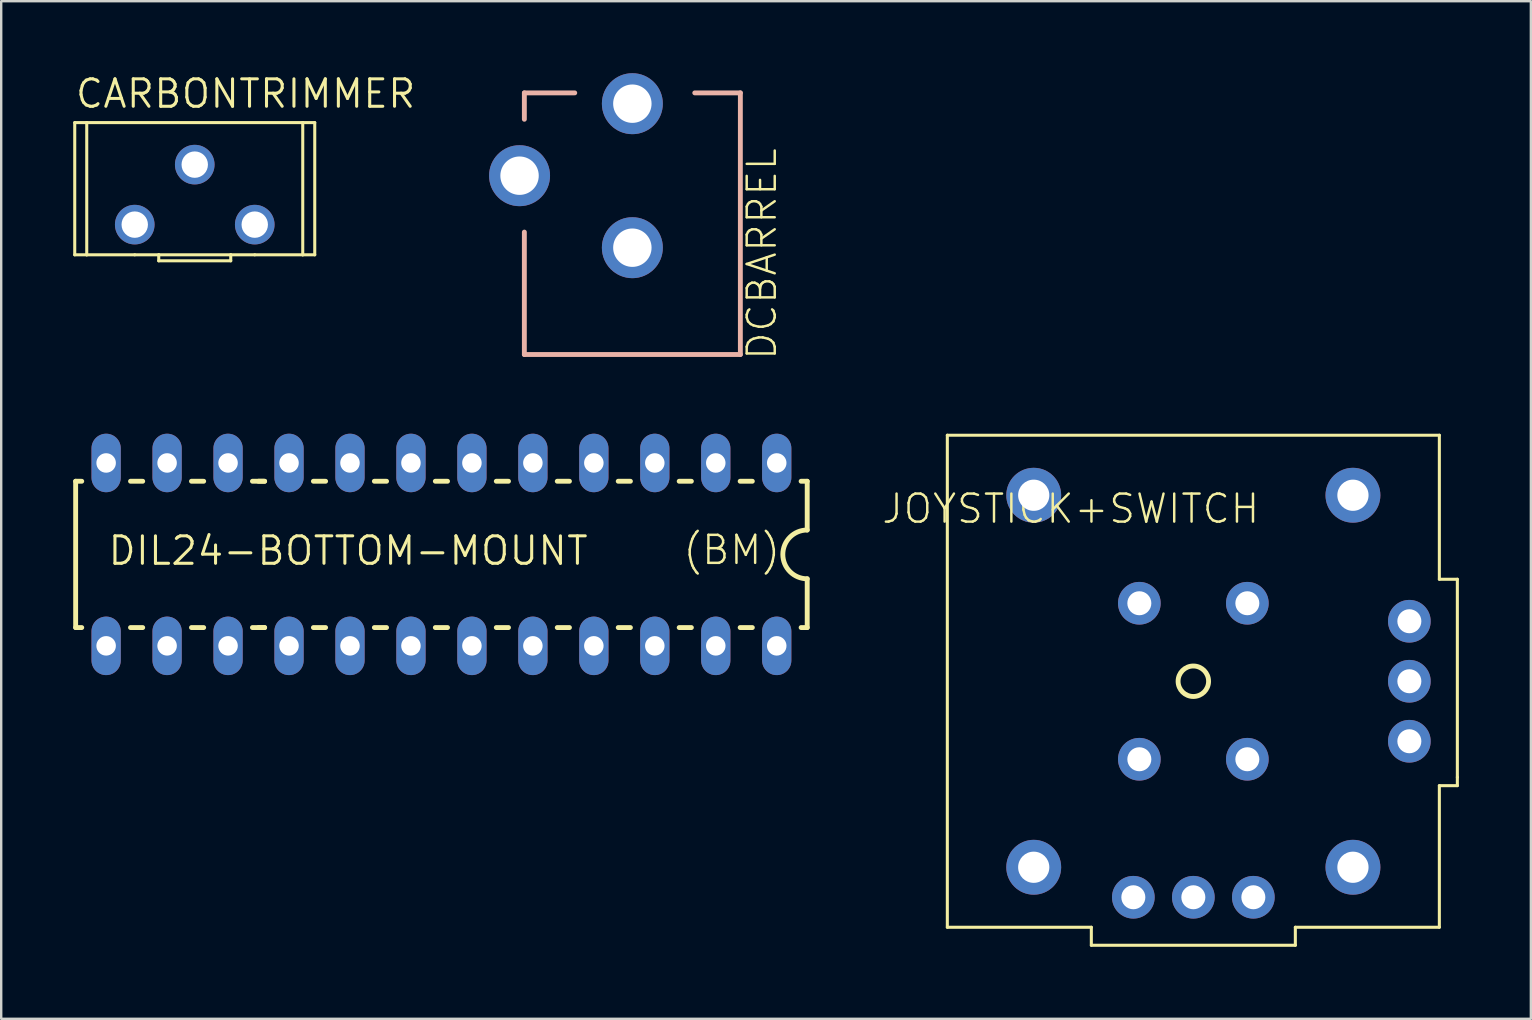
<source format=kicad_pcb>
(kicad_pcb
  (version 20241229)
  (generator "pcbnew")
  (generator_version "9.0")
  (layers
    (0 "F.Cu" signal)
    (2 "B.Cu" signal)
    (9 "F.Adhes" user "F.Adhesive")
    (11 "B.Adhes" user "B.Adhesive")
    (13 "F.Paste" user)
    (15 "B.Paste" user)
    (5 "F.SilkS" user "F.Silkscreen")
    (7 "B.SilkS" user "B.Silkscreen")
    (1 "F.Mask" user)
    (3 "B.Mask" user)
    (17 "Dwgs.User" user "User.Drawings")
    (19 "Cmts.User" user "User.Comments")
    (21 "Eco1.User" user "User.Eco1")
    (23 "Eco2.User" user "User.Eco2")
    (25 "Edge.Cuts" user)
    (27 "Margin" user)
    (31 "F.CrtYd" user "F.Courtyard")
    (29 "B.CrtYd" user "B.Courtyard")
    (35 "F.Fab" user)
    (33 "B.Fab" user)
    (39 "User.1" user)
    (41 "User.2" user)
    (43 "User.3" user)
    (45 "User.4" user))
  (footprint "DCBARREL"
    (layer "F.Cu")
    (at 23.297 4.36)
    (property "Reference" "DCBARREL" (at 6.08 7.66 90) (layer "F.SilkS") (effects (font (size 1.168 1.168) (thickness 0.102)) (justify left bottom)))
    (fp_line (start -4.5 -3.54) (end -4.5 -2.44) (stroke (width 0.203) (type solid)) (layer "B.SilkS"))
    (fp_line (start -4.5 -3.54) (end -2.4 -3.54) (stroke (width 0.203) (type solid)) (layer "B.SilkS"))
    (fp_line (start -4.5 7.36) (end -4.5 2.26) (stroke (width 0.203) (type solid)) (layer "B.SilkS"))
    (fp_line (start 4.5 -3.54) (end 2.6 -3.54) (stroke (width 0.203) (type solid)) (layer "B.SilkS"))
    (fp_line (start 4.5 7.36) (end -4.5 7.36) (stroke (width 0.203) (type solid)) (layer "B.SilkS"))
    (fp_line (start 4.5 7.36) (end 4.5 -3.54) (stroke (width 0.203) (type solid)) (layer "B.SilkS"))
    (pad "GND" thru_hole circle (at 0 2.91 180) (size 2.54 2.54) (drill 1.6) (layers "*.Cu" "*.Mask"))
    (pad "GNDBREAK" thru_hole circle (at -4.7 -0.09 90) (size 2.54 2.54) (drill 1.6) (layers "*.Cu" "*.Mask"))
    (pad "PWR" thru_hole circle (at 0 -3.09 180) (size 2.54 2.54) (drill 1.6) (layers "*.Cu" "*.Mask")))
  (footprint "DIL24-BOTTOM-MOUNT"
    (layer "F.Cu")
    (at 15.342 20.049)
    (property "Reference" "DIL24-BOTTOM-MOUNT" (at -13.958 0.516 0) (layer "F.SilkS") (effects (font (size 1.143 1.143) (thickness 0.127)) (justify left bottom)))
    (fp_line (start -15.24 -3.048) (end -14.986 -3.048) (stroke (width 0.203) (type solid)) (layer "F.SilkS"))
    (fp_line (start -15.24 3.048) (end -15.24 -3.048) (stroke (width 0.203) (type solid)) (layer "F.SilkS"))
    (fp_line (start -15.24 3.048) (end -14.986 3.048) (stroke (width 0.203) (type solid)) (layer "F.SilkS"))
    (fp_line (start -12.446 -3.048) (end -12.954 -3.048) (stroke (width 0.203) (type solid)) (layer "F.SilkS"))
    (fp_line (start -12.446 3.048) (end -12.954 3.048) (stroke (width 0.203) (type solid)) (layer "F.SilkS"))
    (fp_line (start -9.906 -3.048) (end -10.414 -3.048) (stroke (width 0.203) (type solid)) (layer "F.SilkS"))
    (fp_line (start -9.906 3.048) (end -10.414 3.048) (stroke (width 0.203) (type solid)) (layer "F.SilkS"))
    (fp_line (start -7.62 -3.048) (end -7.366 -3.048) (stroke (width 0.203) (type solid)) (layer "F.SilkS"))
    (fp_line (start -7.62 3.048) (end -7.366 3.048) (stroke (width 0.203) (type solid)) (layer "F.SilkS"))
    (fp_line (start -7.366 -3.048) (end -7.874 -3.048) (stroke (width 0.203) (type solid)) (layer "F.SilkS"))
    (fp_line (start -7.366 3.048) (end -7.874 3.048) (stroke (width 0.203) (type solid)) (layer "F.SilkS"))
    (fp_line (start -4.826 -3.048) (end -5.334 -3.048) (stroke (width 0.203) (type solid)) (layer "F.SilkS"))
    (fp_line (start -4.826 3.048) (end -5.334 3.048) (stroke (width 0.203) (type solid)) (layer "F.SilkS"))
    (fp_line (start -2.286 -3.048) (end -2.794 -3.048) (stroke (width 0.203) (type solid)) (layer "F.SilkS"))
    (fp_line (start -2.286 3.048) (end -2.794 3.048) (stroke (width 0.203) (type solid)) (layer "F.SilkS"))
    (fp_line (start 0.254 -3.048) (end -0.254 -3.048) (stroke (width 0.203) (type solid)) (layer "F.SilkS"))
    (fp_line (start 0.254 3.048) (end -0.254 3.048) (stroke (width 0.203) (type solid)) (layer "F.SilkS"))
    (fp_line (start 2.794 -3.048) (end 2.286 -3.048) (stroke (width 0.203) (type solid)) (layer "F.SilkS"))
    (fp_line (start 2.794 3.048) (end 2.286 3.048) (stroke (width 0.203) (type solid)) (layer "F.SilkS"))
    (fp_line (start 5.334 -3.048) (end 4.826 -3.048) (stroke (width 0.203) (type solid)) (layer "F.SilkS"))
    (fp_line (start 5.334 3.048) (end 4.826 3.048) (stroke (width 0.203) (type solid)) (layer "F.SilkS"))
    (fp_line (start 7.874 -3.048) (end 7.366 -3.048) (stroke (width 0.203) (type solid)) (layer "F.SilkS"))
    (fp_line (start 7.874 3.048) (end 7.366 3.048) (stroke (width 0.203) (type solid)) (layer "F.SilkS"))
    (fp_line (start 10.414 -3.048) (end 9.906 -3.048) (stroke (width 0.203) (type solid)) (layer "F.SilkS"))
    (fp_line (start 10.414 3.048) (end 9.906 3.048) (stroke (width 0.203) (type solid)) (layer "F.SilkS"))
    (fp_line (start 12.954 -3.048) (end 12.446 -3.048) (stroke (width 0.203) (type solid)) (layer "F.SilkS"))
    (fp_line (start 12.954 3.048) (end 12.446 3.048) (stroke (width 0.203) (type solid)) (layer "F.SilkS"))
    (fp_line (start 15.24 -3.048) (end 14.986 -3.048) (stroke (width 0.203) (type solid)) (layer "F.SilkS"))
    (fp_line (start 15.24 -3.048) (end 15.24 -1.016) (stroke (width 0.203) (type solid)) (layer "F.SilkS"))
    (fp_line (start 15.24 3.048) (end 14.986 3.048) (stroke (width 0.203) (type solid)) (layer "F.SilkS"))
    (fp_line (start 15.24 3.048) (end 15.24 1.016) (stroke (width 0.203) (type solid)) (layer "F.SilkS"))
    (fp_arc (start 15.24 1.016) (mid 14.224 0) (end 15.24 -1.016) (stroke (width 0.2032) (type solid)) (layer "F.SilkS"))
    (fp_text user "(BM)" (at 10 0.5 0) (layer "F.SilkS") (effects (font (size 1.168 1.168) (thickness 0.102)) (justify left bottom)))
    (pad "1BM" thru_hole oval (at 13.97 3.81 270) (size 2.438 1.219) (drill 0.813) (layers "*.Cu" "*.Mask"))
    (pad "2BM" thru_hole oval (at 11.43 3.81 270) (size 2.438 1.219) (drill 0.813) (layers "*.Cu" "*.Mask"))
    (pad "3BM" thru_hole oval (at 8.89 3.81 270) (size 2.438 1.219) (drill 0.813) (layers "*.Cu" "*.Mask"))
    (pad "4BM" thru_hole oval (at 6.35 3.81 270) (size 2.438 1.219) (drill 0.813) (layers "*.Cu" "*.Mask"))
    (pad "5BM" thru_hole oval (at 3.81 3.81 270) (size 2.438 1.219) (drill 0.813) (layers "*.Cu" "*.Mask"))
    (pad "6BM" thru_hole oval (at 1.27 3.81 270) (size 2.438 1.219) (drill 0.813) (layers "*.Cu" "*.Mask"))
    (pad "7BM" thru_hole oval (at -1.27 3.81 270) (size 2.438 1.219) (drill 0.813) (layers "*.Cu" "*.Mask"))
    (pad "8BM" thru_hole oval (at -3.81 3.81 270) (size 2.438 1.219) (drill 0.813) (layers "*.Cu" "*.Mask"))
    (pad "9BM" thru_hole oval (at -6.35 3.81 270) (size 2.438 1.219) (drill 0.813) (layers "*.Cu" "*.Mask"))
    (pad "10BM" thru_hole oval (at -8.89 3.81 270) (size 2.438 1.219) (drill 0.813) (layers "*.Cu" "*.Mask"))
    (pad "11BM" thru_hole oval (at -11.43 3.81 270) (size 2.438 1.219) (drill 0.813) (layers "*.Cu" "*.Mask"))
    (pad "12BM" thru_hole oval (at -13.97 3.81 270) (size 2.438 1.219) (drill 0.813) (layers "*.Cu" "*.Mask"))
    (pad "13BM" thru_hole oval (at -13.97 -3.81 270) (size 2.438 1.219) (drill 0.813) (layers "*.Cu" "*.Mask"))
    (pad "14BM" thru_hole oval (at -11.43 -3.81 270) (size 2.438 1.219) (drill 0.813) (layers "*.Cu" "*.Mask"))
    (pad "15BM" thru_hole oval (at -8.89 -3.81 270) (size 2.438 1.219) (drill 0.813) (layers "*.Cu" "*.Mask"))
    (pad "16BM" thru_hole oval (at -6.35 -3.81 270) (size 2.438 1.219) (drill 0.813) (layers "*.Cu" "*.Mask"))
    (pad "17BM" thru_hole oval (at -3.81 -3.81 270) (size 2.438 1.219) (drill 0.813) (layers "*.Cu" "*.Mask"))
    (pad "18BM" thru_hole oval (at -1.27 -3.81 270) (size 2.438 1.219) (drill 0.813) (layers "*.Cu" "*.Mask"))
    (pad "19BM" thru_hole oval (at 1.27 -3.81 270) (size 2.438 1.219) (drill 0.813) (layers "*.Cu" "*.Mask"))
    (pad "20BM" thru_hole oval (at 3.81 -3.81 270) (size 2.438 1.219) (drill 0.813) (layers "*.Cu" "*.Mask"))
    (pad "21BM" thru_hole oval (at 6.35 -3.81 270) (size 2.438 1.219) (drill 0.813) (layers "*.Cu" "*.Mask"))
    (pad "22BM" thru_hole oval (at 8.89 -3.81 270) (size 2.438 1.219) (drill 0.813) (layers "*.Cu" "*.Mask"))
    (pad "23BM" thru_hole oval (at 11.43 -3.81 270) (size 2.438 1.219) (drill 0.813) (layers "*.Cu" "*.Mask"))
    (pad "24BM" thru_hole oval (at 13.97 -3.81 270) (size 2.438 1.219) (drill 0.813) (layers "*.Cu" "*.Mask")))
  (footprint "CARBONTRIMMER"
    (layer "F.Cu")
    (at 5.064 5.059)
    (property "Reference" "CARBONTRIMMER" (at -5.04 -3.535 0) (layer "F.SilkS") (effects (font (size 1.143 1.143) (thickness 0.127)) (justify left bottom)))
    (fp_line (start -5 -3) (end -5 2.508) (stroke (width 0.127) (type solid)) (layer "F.SilkS"))
    (fp_line (start -5 2.508) (end -4.5 2.508) (stroke (width 0.127) (type solid)) (layer "F.SilkS"))
    (fp_line (start -4.5 -3) (end -5 -3) (stroke (width 0.127) (type solid)) (layer "F.SilkS"))
    (fp_line (start -4.5 -3) (end -4.5 2.508) (stroke (width 0.127) (type solid)) (layer "F.SilkS"))
    (fp_line (start -4.5 2.508) (end -2.5 2.508) (stroke (width 0.127) (type solid)) (layer "F.SilkS"))
    (fp_line (start -1.5 2.508) (end -2.5 2.508) (stroke (width 0.127) (type solid)) (layer "F.SilkS"))
    (fp_line (start -1.5 2.758) (end -1.5 2.508) (stroke (width 0.127) (type solid)) (layer "F.SilkS"))
    (fp_line (start -1.5 2.758) (end 1.5 2.758) (stroke (width 0.127) (type solid)) (layer "F.SilkS"))
    (fp_line (start 1.5 2.508) (end -1.5 2.508) (stroke (width 0.127) (type solid)) (layer "F.SilkS"))
    (fp_line (start 1.5 2.758) (end 1.5 2.508) (stroke (width 0.127) (type solid)) (layer "F.SilkS"))
    (fp_line (start 2.5 2.508) (end 1.5 2.508) (stroke (width 0.127) (type solid)) (layer "F.SilkS"))
    (fp_line (start 2.5 2.508) (end 4.5 2.508) (stroke (width 0.127) (type solid)) (layer "F.SilkS"))
    (fp_line (start 4.5 -3) (end -4.5 -3) (stroke (width 0.127) (type solid)) (layer "F.SilkS"))
    (fp_line (start 4.5 -3) (end 4.5 2.508) (stroke (width 0.127) (type solid)) (layer "F.SilkS"))
    (fp_line (start 4.5 2.508) (end 5 2.508) (stroke (width 0.127) (type solid)) (layer "F.SilkS"))
    (fp_line (start 5 -3) (end 4.5 -3) (stroke (width 0.127) (type solid)) (layer "F.SilkS"))
    (fp_line (start 5 2.508) (end 5 -3) (stroke (width 0.127) (type solid)) (layer "F.SilkS"))
    (pad "GND" thru_hole circle (at 2.5 1.25) (size 1.65 1.65) (drill 1.1) (layers "*.Cu" "*.Mask"))
    (pad "VIN" thru_hole circle (at -2.5 1.25) (size 1.65 1.65) (drill 1.1) (layers "*.Cu" "*.Mask"))
    (pad "VOUT" thru_hole circle (at 0 -1.25) (size 1.65 1.65) (drill 1.1) (layers "*.Cu" "*.Mask")))
  (footprint "JOYSTICK+SWITCH"
    (layer "F.Cu")
    (at 46.67 25.334)
    (property "Reference" "JOYSTICK+SWITCH" (at 2.83 -7.87 0) (layer "F.SilkS") (effects (font (size 1.168 1.168) (thickness 0.102)) (justify right top)))
    (fp_line (start -10.25 -10.25) (end 10.25 -10.25) (stroke (width 0.127) (type solid)) (layer "F.SilkS"))
    (fp_line (start -10.25 10.25) (end -10.25 -10.25) (stroke (width 0.127) (type solid)) (layer "F.SilkS"))
    (fp_line (start -4.25 10.25) (end -10.25 10.25) (stroke (width 0.127) (type solid)) (layer "F.SilkS"))
    (fp_line (start -4.25 10.25) (end -4.25 11) (stroke (width 0.127) (type solid)) (layer "F.SilkS"))
    (fp_line (start -4.25 11) (end 4.25 11) (stroke (width 0.127) (type solid)) (layer "F.SilkS"))
    (fp_line (start 4.25 11) (end 4.25 10.25) (stroke (width 0.127) (type solid)) (layer "F.SilkS"))
    (fp_line (start 10.25 -10.25) (end 10.25 -4.25) (stroke (width 0.127) (type solid)) (layer "F.SilkS"))
    (fp_line (start 10.25 4.35) (end 11 4.35) (stroke (width 0.127) (type solid)) (layer "F.SilkS"))
    (fp_line (start 10.25 10.25) (end 4.25 10.25) (stroke (width 0.127) (type solid)) (layer "F.SilkS"))
    (fp_line (start 10.25 10.25) (end 10.25 4.35) (stroke (width 0.127) (type solid)) (layer "F.SilkS"))
    (fp_line (start 11 -4.25) (end 10.25 -4.25) (stroke (width 0.127) (type solid)) (layer "F.SilkS"))
    (fp_line (start 11 4) (end 11 -4.25) (stroke (width 0.127) (type solid)) (layer "F.SilkS"))
    (fp_line (start 11 4.35) (end 11 4) (stroke (width 0.127) (type solid)) (layer "F.SilkS"))
    (fp_circle (center 0 0) (end 0.635 0) (stroke (width 0.203) (type solid)) (fill no) (layer "F.SilkS"))
    (pad "B" thru_hole circle (at 2.25 3.25 180) (size 1.778 1.778) (drill 1) (layers "*.Cu" "*.Mask"))
    (pad "D" thru_hole circle (at -2.25 3.25) (size 1.778 1.778) (drill 1) (layers "*.Cu" "*.Mask"))
    (pad "H+" thru_hole circle (at 2.5 9) (size 1.778 1.778) (drill 1) (layers "*.Cu" "*.Mask"))
    (pad "H-" thru_hole circle (at -2.5 9) (size 1.778 1.778) (drill 1) (layers "*.Cu" "*.Mask"))
    (pad "H-OUT" thru_hole circle (at 0 9) (size 1.778 1.778) (drill 1) (layers "*.Cu" "*.Mask"))
    (pad "MOUNT1" thru_hole circle (at -6.65 -7.75) (size 2.286 2.286) (drill 1.3) (layers "*.Cu" "*.Mask"))
    (pad "MOUNT2" thru_hole circle (at -6.65 7.75) (size 2.286 2.286) (drill 1.3) (layers "*.Cu" "*.Mask"))
    (pad "MOUNT3" thru_hole circle (at 6.65 7.75) (size 2.286 2.286) (drill 1.3) (layers "*.Cu" "*.Mask"))
    (pad "MOUNT4" thru_hole circle (at 6.65 -7.75) (size 2.286 2.286) (drill 1.3) (layers "*.Cu" "*.Mask"))
    (pad "SEL+" thru_hole circle (at -2.25 -3.25 90) (size 1.778 1.778) (drill 1) (layers "*.Cu" "*.Mask"))
    (pad "SEL-" thru_hole circle (at 2.25 -3.25 270) (size 1.778 1.778) (drill 1) (layers "*.Cu" "*.Mask"))
    (pad "V+" thru_hole circle (at 9 -2.5) (size 1.778 1.778) (drill 1) (layers "*.Cu" "*.Mask"))
    (pad "V-" thru_hole circle (at 9 2.5 90) (size 1.778 1.778) (drill 1) (layers "*.Cu" "*.Mask"))
    (pad "V-OUT" thru_hole circle (at 9 0) (size 1.778 1.778) (drill 1) (layers "*.Cu" "*.Mask")))
  (gr_rect
    (start -3 -3)
    (end 60.733 39.397)
    (stroke (width 0.1) (type default))
    (fill no)
    (layer "Edge.Cuts")))
</source>
